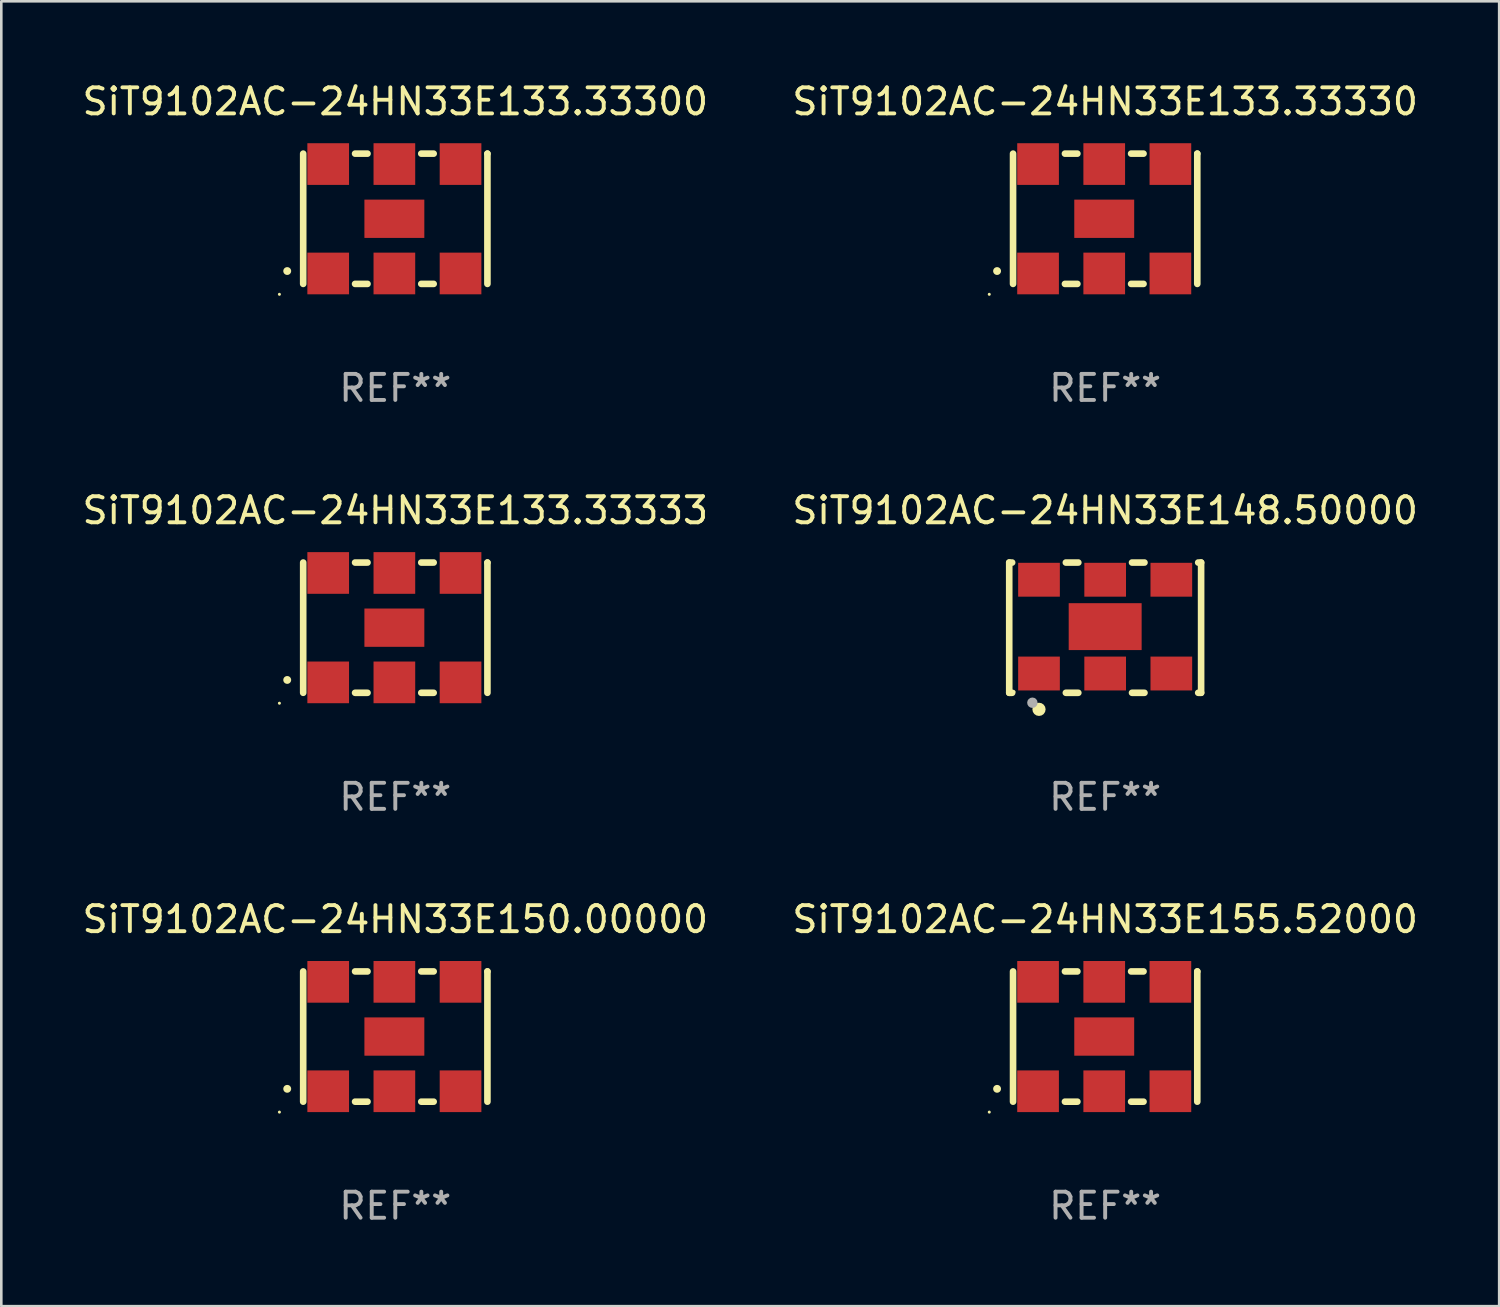
<source format=kicad_pcb>
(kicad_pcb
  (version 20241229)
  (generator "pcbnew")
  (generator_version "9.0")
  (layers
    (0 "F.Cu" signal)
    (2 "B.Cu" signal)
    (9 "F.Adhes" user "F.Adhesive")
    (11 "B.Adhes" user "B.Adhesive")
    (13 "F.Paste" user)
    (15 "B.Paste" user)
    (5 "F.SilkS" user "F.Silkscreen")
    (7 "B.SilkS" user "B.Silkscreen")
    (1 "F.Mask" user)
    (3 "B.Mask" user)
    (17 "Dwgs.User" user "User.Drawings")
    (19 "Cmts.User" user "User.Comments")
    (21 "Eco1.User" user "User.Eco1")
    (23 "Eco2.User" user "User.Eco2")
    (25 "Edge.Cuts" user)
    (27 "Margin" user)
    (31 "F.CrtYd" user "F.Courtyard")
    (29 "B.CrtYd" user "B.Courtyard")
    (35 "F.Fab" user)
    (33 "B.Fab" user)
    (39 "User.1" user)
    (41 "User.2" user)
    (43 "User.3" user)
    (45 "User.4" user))
  (footprint "SiT9102AC-24HN33E150.00000"
    (layer "F.Cu")
    (at 12.125 36.741)
    (property "Reference" "SiT9102AC-24HN33E150.00000" (at 0 -4.5 0) (layer "F.SilkS") (effects (font (size 1 1) (thickness 0.15))))
    (attr through_hole)
    (fp_line (start -3.536 -2.5) (end -3.536 2.5) (stroke (width 0.254) (type solid)) (layer "F.SilkS"))
    (fp_line (start -1.544 2.5) (end -1.067 2.5) (stroke (width 0.254) (type solid)) (layer "F.SilkS"))
    (fp_line (start -1.067 -2.5) (end -1.544 -2.5) (stroke (width 0.254) (type solid)) (layer "F.SilkS"))
    (fp_line (start 0.996 2.5) (end 1.473 2.5) (stroke (width 0.254) (type solid)) (layer "F.SilkS"))
    (fp_line (start 1.473 -2.5) (end 0.996 -2.5) (stroke (width 0.254) (type solid)) (layer "F.SilkS"))
    (fp_line (start 3.536 -2.5) (end 3.536 -2.5) (stroke (width 0.254) (type solid)) (layer "F.SilkS"))
    (fp_line (start 3.536 2.5) (end 3.536 -2.5) (stroke (width 0.254) (type solid)) (layer "F.SilkS"))
    (fp_arc (start -4.150432 2.006604) (mid -4.149162 2.006599) (end -4.147892 2.006604) (stroke (width 0.3) (type solid)) (layer "F.SilkS"))
    (fp_circle (center -4.449 2.9) (end -4.419 2.9) (stroke (width 0.06) (type solid)) (fill no) (layer "F.SilkS"))
    (fp_text user "REF**" (at 0 6.5 0) (layer "F.Fab") (effects (font (size 1 1) (thickness 0.15))))
    (pad "1" smd rect (at -2.576 2.1) (size 1.6 1.6) (layers "F.Cu" "F.Mask" "F.Paste"))
    (pad "2" smd rect (at -0.036 2.1) (size 1.6 1.6) (layers "F.Cu" "F.Mask" "F.Paste"))
    (pad "3" smd rect (at 2.504 2.1) (size 1.6 1.6) (layers "F.Cu" "F.Mask" "F.Paste"))
    (pad "4" smd rect (at 2.504 -2.1) (size 1.6 1.6) (layers "F.Cu" "F.Mask" "F.Paste"))
    (pad "5" smd rect (at -0.036 -2.1) (size 1.6 1.6) (layers "F.Cu" "F.Mask" "F.Paste"))
    (pad "6" smd rect (at -2.576 -2.1) (size 1.6 1.6) (layers "F.Cu" "F.Mask" "F.Paste"))
    (pad "7" smd rect (at -0.036 0) (size 2.3 1.47) (layers "F.Cu" "F.Mask" "F.Paste")))
  (footprint "SiT9102AC-24HN33E148.50000"
    (layer "F.Cu")
    (at 39.375 21.045)
    (property "Reference" "SiT9102AC-24HN33E148.50000" (at 0 -4.5 0) (layer "F.SilkS") (effects (font (size 1 1) (thickness 0.15))))
    (attr through_hole)
    (fp_line (start -3.683 -2.5) (end -3.571 -2.5) (stroke (width 0.254) (type solid)) (layer "F.SilkS"))
    (fp_line (start -3.683 2.5) (end -3.683 -2.5) (stroke (width 0.254) (type solid)) (layer "F.SilkS"))
    (fp_line (start -3.683 2.5) (end -3.571 2.5) (stroke (width 0.254) (type solid)) (layer "F.SilkS"))
    (fp_line (start -1.509 -2.5) (end -1.031 -2.5) (stroke (width 0.254) (type solid)) (layer "F.SilkS"))
    (fp_line (start -1.509 2.5) (end -1.031 2.5) (stroke (width 0.254) (type solid)) (layer "F.SilkS"))
    (fp_line (start 1.031 -2.5) (end 1.509 -2.5) (stroke (width 0.254) (type solid)) (layer "F.SilkS"))
    (fp_line (start 1.031 2.5) (end 1.509 2.5) (stroke (width 0.254) (type solid)) (layer "F.SilkS"))
    (fp_line (start 3.571 -2.5) (end 3.683 -2.5) (stroke (width 0.254) (type solid)) (layer "F.SilkS"))
    (fp_line (start 3.571 2.5) (end 3.683 2.5) (stroke (width 0.254) (type solid)) (layer "F.SilkS"))
    (fp_line (start 3.683 2.5) (end 3.683 -2.5) (stroke (width 0.254) (type solid)) (layer "F.SilkS"))
    (fp_circle (center -3.5 2.46) (end -3.47 2.46) (stroke (width 0.06) (type solid)) (fill no) (layer "F.SilkS"))
    (fp_circle (center -2.54 3.135) (end -2.413 3.135) (stroke (width 0.254) (type solid)) (fill no) (layer "F.SilkS"))
    (fp_circle (center -2.794 2.881) (end -2.694 2.881) (stroke (width 0.2) (type solid)) (fill no) (layer "F.Fab"))
    (fp_text user "REF**" (at 0 6.5 0) (layer "F.Fab") (effects (font (size 1 1) (thickness 0.15))))
    (pad "1" smd rect (at -2.54 1.76) (size 1.6 1.3) (layers "F.Cu" "F.Mask" "F.Paste"))
    (pad "2" smd rect (at 0 1.76) (size 1.6 1.3) (layers "F.Cu" "F.Mask" "F.Paste"))
    (pad "3" smd rect (at 2.54 1.76) (size 1.6 1.3) (layers "F.Cu" "F.Mask" "F.Paste"))
    (pad "4" smd rect (at 2.54 -1.84) (size 1.6 1.3) (layers "F.Cu" "F.Mask" "F.Paste"))
    (pad "5" smd rect (at 0 -1.84) (size 1.6 1.3) (layers "F.Cu" "F.Mask" "F.Paste"))
    (pad "6" smd rect (at -2.54 -1.84) (size 1.6 1.3) (layers "F.Cu" "F.Mask" "F.Paste"))
    (pad "7" smd rect (at 0 -0.04) (size 2.8 1.8) (layers "F.Cu" "F.Mask" "F.Paste")))
  (footprint "SiT9102AC-24HN33E133.33330"
    (layer "F.Cu")
    (at 39.375 5.348)
    (property "Reference" "SiT9102AC-24HN33E133.33330" (at 0 -4.5 0) (layer "F.SilkS") (effects (font (size 1 1) (thickness 0.15))))
    (attr through_hole)
    (fp_line (start -3.536 -2.5) (end -3.536 2.5) (stroke (width 0.254) (type solid)) (layer "F.SilkS"))
    (fp_line (start -1.544 2.5) (end -1.067 2.5) (stroke (width 0.254) (type solid)) (layer "F.SilkS"))
    (fp_line (start -1.067 -2.5) (end -1.544 -2.5) (stroke (width 0.254) (type solid)) (layer "F.SilkS"))
    (fp_line (start 0.996 2.5) (end 1.473 2.5) (stroke (width 0.254) (type solid)) (layer "F.SilkS"))
    (fp_line (start 1.473 -2.5) (end 0.996 -2.5) (stroke (width 0.254) (type solid)) (layer "F.SilkS"))
    (fp_line (start 3.536 -2.5) (end 3.536 -2.5) (stroke (width 0.254) (type solid)) (layer "F.SilkS"))
    (fp_line (start 3.536 2.5) (end 3.536 -2.5) (stroke (width 0.254) (type solid)) (layer "F.SilkS"))
    (fp_arc (start -4.150432 2.006604) (mid -4.149162 2.006599) (end -4.147892 2.006604) (stroke (width 0.3) (type solid)) (layer "F.SilkS"))
    (fp_circle (center -4.449 2.9) (end -4.419 2.9) (stroke (width 0.06) (type solid)) (fill no) (layer "F.SilkS"))
    (fp_text user "REF**" (at 0 6.5 0) (layer "F.Fab") (effects (font (size 1 1) (thickness 0.15))))
    (pad "1" smd rect (at -2.576 2.1) (size 1.6 1.6) (layers "F.Cu" "F.Mask" "F.Paste"))
    (pad "2" smd rect (at -0.036 2.1) (size 1.6 1.6) (layers "F.Cu" "F.Mask" "F.Paste"))
    (pad "3" smd rect (at 2.504 2.1) (size 1.6 1.6) (layers "F.Cu" "F.Mask" "F.Paste"))
    (pad "4" smd rect (at 2.504 -2.1) (size 1.6 1.6) (layers "F.Cu" "F.Mask" "F.Paste"))
    (pad "5" smd rect (at -0.036 -2.1) (size 1.6 1.6) (layers "F.Cu" "F.Mask" "F.Paste"))
    (pad "6" smd rect (at -2.576 -2.1) (size 1.6 1.6) (layers "F.Cu" "F.Mask" "F.Paste"))
    (pad "7" smd rect (at -0.036 0) (size 2.3 1.47) (layers "F.Cu" "F.Mask" "F.Paste")))
  (footprint "SiT9102AC-24HN33E133.33300"
    (layer "F.Cu")
    (at 12.125 5.348)
    (property "Reference" "SiT9102AC-24HN33E133.33300" (at 0 -4.5 0) (layer "F.SilkS") (effects (font (size 1 1) (thickness 0.15))))
    (attr through_hole)
    (fp_line (start -3.536 -2.5) (end -3.536 2.5) (stroke (width 0.254) (type solid)) (layer "F.SilkS"))
    (fp_line (start -1.544 2.5) (end -1.067 2.5) (stroke (width 0.254) (type solid)) (layer "F.SilkS"))
    (fp_line (start -1.067 -2.5) (end -1.544 -2.5) (stroke (width 0.254) (type solid)) (layer "F.SilkS"))
    (fp_line (start 0.996 2.5) (end 1.473 2.5) (stroke (width 0.254) (type solid)) (layer "F.SilkS"))
    (fp_line (start 1.473 -2.5) (end 0.996 -2.5) (stroke (width 0.254) (type solid)) (layer "F.SilkS"))
    (fp_line (start 3.536 -2.5) (end 3.536 -2.5) (stroke (width 0.254) (type solid)) (layer "F.SilkS"))
    (fp_line (start 3.536 2.5) (end 3.536 -2.5) (stroke (width 0.254) (type solid)) (layer "F.SilkS"))
    (fp_arc (start -4.150432 2.006604) (mid -4.149162 2.006599) (end -4.147892 2.006604) (stroke (width 0.3) (type solid)) (layer "F.SilkS"))
    (fp_circle (center -4.449 2.9) (end -4.419 2.9) (stroke (width 0.06) (type solid)) (fill no) (layer "F.SilkS"))
    (fp_text user "REF**" (at 0 6.5 0) (layer "F.Fab") (effects (font (size 1 1) (thickness 0.15))))
    (pad "1" smd rect (at -2.576 2.1) (size 1.6 1.6) (layers "F.Cu" "F.Mask" "F.Paste"))
    (pad "2" smd rect (at -0.036 2.1) (size 1.6 1.6) (layers "F.Cu" "F.Mask" "F.Paste"))
    (pad "3" smd rect (at 2.504 2.1) (size 1.6 1.6) (layers "F.Cu" "F.Mask" "F.Paste"))
    (pad "4" smd rect (at 2.504 -2.1) (size 1.6 1.6) (layers "F.Cu" "F.Mask" "F.Paste"))
    (pad "5" smd rect (at -0.036 -2.1) (size 1.6 1.6) (layers "F.Cu" "F.Mask" "F.Paste"))
    (pad "6" smd rect (at -2.576 -2.1) (size 1.6 1.6) (layers "F.Cu" "F.Mask" "F.Paste"))
    (pad "7" smd rect (at -0.036 0) (size 2.3 1.47) (layers "F.Cu" "F.Mask" "F.Paste")))
  (footprint "SiT9102AC-24HN33E133.33333"
    (layer "F.Cu")
    (at 12.125 21.045)
    (property "Reference" "SiT9102AC-24HN33E133.33333" (at 0 -4.5 0) (layer "F.SilkS") (effects (font (size 1 1) (thickness 0.15))))
    (attr through_hole)
    (fp_line (start -3.536 -2.5) (end -3.536 2.5) (stroke (width 0.254) (type solid)) (layer "F.SilkS"))
    (fp_line (start -1.544 2.5) (end -1.067 2.5) (stroke (width 0.254) (type solid)) (layer "F.SilkS"))
    (fp_line (start -1.067 -2.5) (end -1.544 -2.5) (stroke (width 0.254) (type solid)) (layer "F.SilkS"))
    (fp_line (start 0.996 2.5) (end 1.473 2.5) (stroke (width 0.254) (type solid)) (layer "F.SilkS"))
    (fp_line (start 1.473 -2.5) (end 0.996 -2.5) (stroke (width 0.254) (type solid)) (layer "F.SilkS"))
    (fp_line (start 3.536 -2.5) (end 3.536 -2.5) (stroke (width 0.254) (type solid)) (layer "F.SilkS"))
    (fp_line (start 3.536 2.5) (end 3.536 -2.5) (stroke (width 0.254) (type solid)) (layer "F.SilkS"))
    (fp_arc (start -4.150432 2.006604) (mid -4.149162 2.006599) (end -4.147892 2.006604) (stroke (width 0.3) (type solid)) (layer "F.SilkS"))
    (fp_circle (center -4.449 2.9) (end -4.419 2.9) (stroke (width 0.06) (type solid)) (fill no) (layer "F.SilkS"))
    (fp_text user "REF**" (at 0 6.5 0) (layer "F.Fab") (effects (font (size 1 1) (thickness 0.15))))
    (pad "1" smd rect (at -2.576 2.1) (size 1.6 1.6) (layers "F.Cu" "F.Mask" "F.Paste"))
    (pad "2" smd rect (at -0.036 2.1) (size 1.6 1.6) (layers "F.Cu" "F.Mask" "F.Paste"))
    (pad "3" smd rect (at 2.504 2.1) (size 1.6 1.6) (layers "F.Cu" "F.Mask" "F.Paste"))
    (pad "4" smd rect (at 2.504 -2.1) (size 1.6 1.6) (layers "F.Cu" "F.Mask" "F.Paste"))
    (pad "5" smd rect (at -0.036 -2.1) (size 1.6 1.6) (layers "F.Cu" "F.Mask" "F.Paste"))
    (pad "6" smd rect (at -2.576 -2.1) (size 1.6 1.6) (layers "F.Cu" "F.Mask" "F.Paste"))
    (pad "7" smd rect (at -0.036 0) (size 2.3 1.47) (layers "F.Cu" "F.Mask" "F.Paste")))
  (footprint "SiT9102AC-24HN33E155.52000"
    (layer "F.Cu")
    (at 39.375 36.741)
    (property "Reference" "SiT9102AC-24HN33E155.52000" (at 0 -4.5 0) (layer "F.SilkS") (effects (font (size 1 1) (thickness 0.15))))
    (attr through_hole)
    (fp_line (start -3.536 -2.5) (end -3.536 2.5) (stroke (width 0.254) (type solid)) (layer "F.SilkS"))
    (fp_line (start -1.544 2.5) (end -1.067 2.5) (stroke (width 0.254) (type solid)) (layer "F.SilkS"))
    (fp_line (start -1.067 -2.5) (end -1.544 -2.5) (stroke (width 0.254) (type solid)) (layer "F.SilkS"))
    (fp_line (start 0.996 2.5) (end 1.473 2.5) (stroke (width 0.254) (type solid)) (layer "F.SilkS"))
    (fp_line (start 1.473 -2.5) (end 0.996 -2.5) (stroke (width 0.254) (type solid)) (layer "F.SilkS"))
    (fp_line (start 3.536 -2.5) (end 3.536 -2.5) (stroke (width 0.254) (type solid)) (layer "F.SilkS"))
    (fp_line (start 3.536 2.5) (end 3.536 -2.5) (stroke (width 0.254) (type solid)) (layer "F.SilkS"))
    (fp_arc (start -4.150432 2.006604) (mid -4.149162 2.006599) (end -4.147892 2.006604) (stroke (width 0.3) (type solid)) (layer "F.SilkS"))
    (fp_circle (center -4.449 2.9) (end -4.419 2.9) (stroke (width 0.06) (type solid)) (fill no) (layer "F.SilkS"))
    (fp_text user "REF**" (at 0 6.5 0) (layer "F.Fab") (effects (font (size 1 1) (thickness 0.15))))
    (pad "1" smd rect (at -2.576 2.1) (size 1.6 1.6) (layers "F.Cu" "F.Mask" "F.Paste"))
    (pad "2" smd rect (at -0.036 2.1) (size 1.6 1.6) (layers "F.Cu" "F.Mask" "F.Paste"))
    (pad "3" smd rect (at 2.504 2.1) (size 1.6 1.6) (layers "F.Cu" "F.Mask" "F.Paste"))
    (pad "4" smd rect (at 2.504 -2.1) (size 1.6 1.6) (layers "F.Cu" "F.Mask" "F.Paste"))
    (pad "5" smd rect (at -0.036 -2.1) (size 1.6 1.6) (layers "F.Cu" "F.Mask" "F.Paste"))
    (pad "6" smd rect (at -2.576 -2.1) (size 1.6 1.6) (layers "F.Cu" "F.Mask" "F.Paste"))
    (pad "7" smd rect (at -0.036 0) (size 2.3 1.47) (layers "F.Cu" "F.Mask" "F.Paste")))
  (gr_rect
    (start -3 -3)
    (end 54.5 47.09)
    (stroke (width 0.1) (type default))
    (fill no)
    (layer "Edge.Cuts")))
</source>
